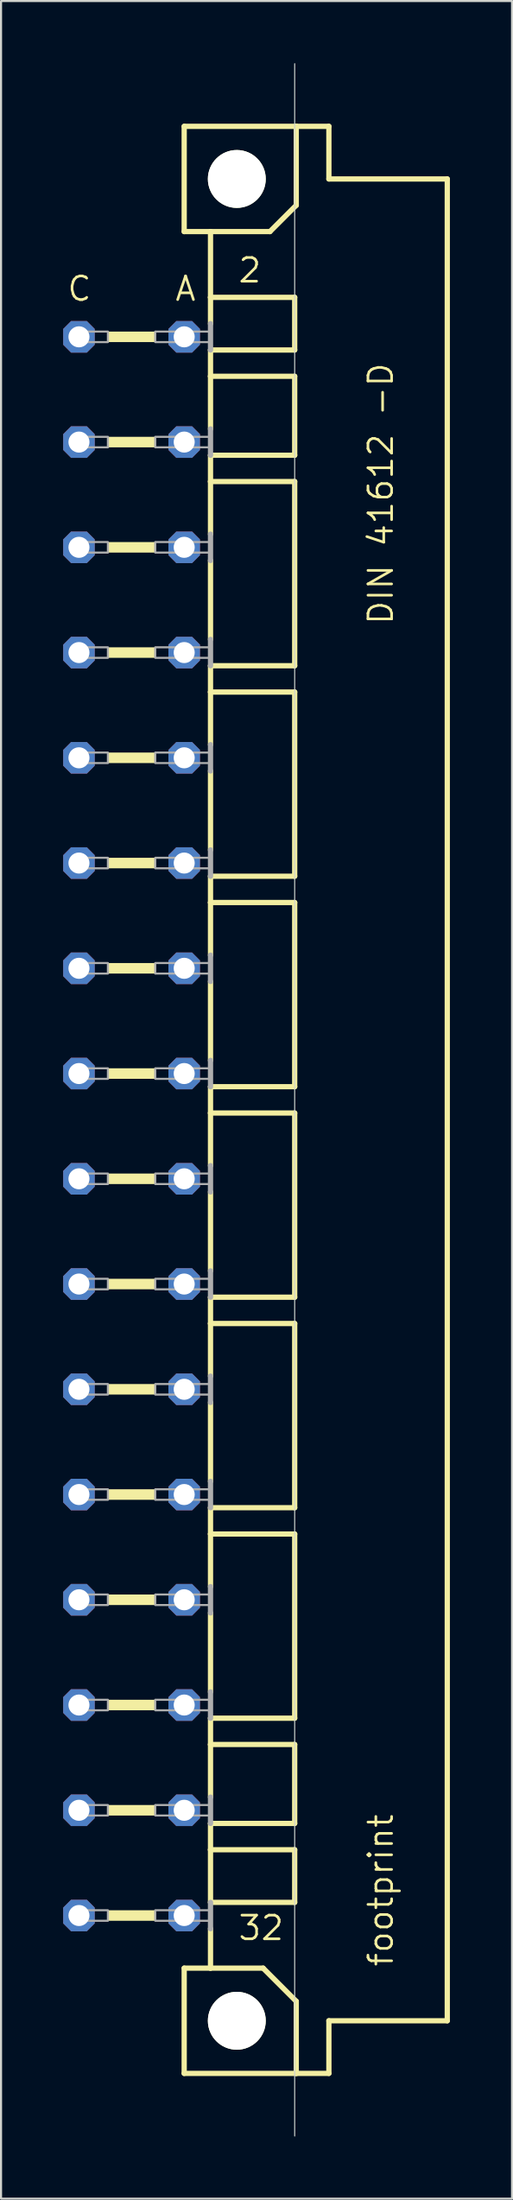
<source format=kicad_pcb>
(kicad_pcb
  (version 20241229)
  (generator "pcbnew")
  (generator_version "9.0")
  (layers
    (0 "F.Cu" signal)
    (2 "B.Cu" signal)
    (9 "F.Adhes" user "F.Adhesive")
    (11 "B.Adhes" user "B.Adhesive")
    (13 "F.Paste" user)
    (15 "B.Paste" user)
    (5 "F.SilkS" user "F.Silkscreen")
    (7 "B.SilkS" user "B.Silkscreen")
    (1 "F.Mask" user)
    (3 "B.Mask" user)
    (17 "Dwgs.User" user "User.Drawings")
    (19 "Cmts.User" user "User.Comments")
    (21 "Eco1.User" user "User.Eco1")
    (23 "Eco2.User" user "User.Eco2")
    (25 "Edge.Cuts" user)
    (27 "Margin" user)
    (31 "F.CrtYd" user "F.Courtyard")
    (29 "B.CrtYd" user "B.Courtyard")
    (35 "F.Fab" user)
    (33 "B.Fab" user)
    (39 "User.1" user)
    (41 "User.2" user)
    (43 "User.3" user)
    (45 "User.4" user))
  (footprint "footprint"
    (layer "F.Cu")
    (at 8.382 50.038)
    (property "Reference" "footprint" (at 7.62 41.91 90) (layer "F.SilkS") (effects (font (size 1.143 1.143) (thickness 0.127)) (justify left bottom)))
    (fp_line (start -2.54 -46.99) (end -2.54 -41.91) (stroke (width 0.254) (type solid)) (layer "F.SilkS"))
    (fp_line (start -2.54 -41.91) (end -1.27 -41.91) (stroke (width 0.254) (type solid)) (layer "F.SilkS"))
    (fp_line (start -2.54 41.91) (end -2.54 46.99) (stroke (width 0.254) (type solid)) (layer "F.SilkS"))
    (fp_line (start -2.54 41.91) (end -1.27 41.91) (stroke (width 0.254) (type solid)) (layer "F.SilkS"))
    (fp_line (start -2.54 46.99) (end 2.87 46.99) (stroke (width 0.254) (type solid)) (layer "F.SilkS"))
    (fp_line (start -1.27 -41.91) (end -1.27 -38.735) (stroke (width 0.254) (type solid)) (layer "F.SilkS"))
    (fp_line (start -1.27 -41.91) (end 1.6 -41.91) (stroke (width 0.254) (type solid)) (layer "F.SilkS"))
    (fp_line (start -1.27 -38.735) (end -1.27 -37.465) (stroke (width 0.254) (type solid)) (layer "F.SilkS"))
    (fp_line (start -1.27 -36.195) (end -1.27 -34.925) (stroke (width 0.254) (type solid)) (layer "F.SilkS"))
    (fp_line (start -1.27 -32.385) (end -1.27 -34.925) (stroke (width 0.254) (type solid)) (layer "F.SilkS"))
    (fp_line (start -1.27 -31.115) (end -1.27 -29.845) (stroke (width 0.254) (type solid)) (layer "F.SilkS"))
    (fp_line (start -1.27 -29.845) (end -1.27 -27.305) (stroke (width 0.254) (type solid)) (layer "F.SilkS"))
    (fp_line (start -1.27 -26.035) (end -1.27 -22.225) (stroke (width 0.254) (type solid)) (layer "F.SilkS"))
    (fp_line (start -1.27 -20.955) (end -1.27 -19.685) (stroke (width 0.254) (type solid)) (layer "F.SilkS"))
    (fp_line (start -1.27 -17.145) (end -1.27 -19.685) (stroke (width 0.254) (type solid)) (layer "F.SilkS"))
    (fp_line (start -1.27 -12.065) (end -1.27 -15.875) (stroke (width 0.254) (type solid)) (layer "F.SilkS"))
    (fp_line (start -1.27 -10.795) (end -1.27 -9.525) (stroke (width 0.254) (type solid)) (layer "F.SilkS"))
    (fp_line (start -1.27 -6.985) (end -1.27 -9.525) (stroke (width 0.254) (type solid)) (layer "F.SilkS"))
    (fp_line (start -1.27 -1.905) (end -1.27 -5.715) (stroke (width 0.254) (type solid)) (layer "F.SilkS"))
    (fp_line (start -1.27 -0.635) (end -1.27 0.635) (stroke (width 0.254) (type solid)) (layer "F.SilkS"))
    (fp_line (start -1.27 3.175) (end -1.27 0.635) (stroke (width 0.254) (type solid)) (layer "F.SilkS"))
    (fp_line (start -1.27 8.255) (end -1.27 4.445) (stroke (width 0.254) (type solid)) (layer "F.SilkS"))
    (fp_line (start -1.27 9.525) (end -1.27 10.795) (stroke (width 0.254) (type solid)) (layer "F.SilkS"))
    (fp_line (start -1.27 13.335) (end -1.27 10.795) (stroke (width 0.254) (type solid)) (layer "F.SilkS"))
    (fp_line (start -1.27 18.415) (end -1.27 14.605) (stroke (width 0.254) (type solid)) (layer "F.SilkS"))
    (fp_line (start -1.27 19.685) (end -1.27 20.955) (stroke (width 0.254) (type solid)) (layer "F.SilkS"))
    (fp_line (start -1.27 20.955) (end -1.27 23.495) (stroke (width 0.254) (type solid)) (layer "F.SilkS"))
    (fp_line (start -1.27 24.765) (end -1.27 28.575) (stroke (width 0.254) (type solid)) (layer "F.SilkS"))
    (fp_line (start -1.27 29.845) (end -1.27 31.115) (stroke (width 0.254) (type solid)) (layer "F.SilkS"))
    (fp_line (start -1.27 33.655) (end -1.27 31.115) (stroke (width 0.254) (type solid)) (layer "F.SilkS"))
    (fp_line (start -1.27 34.925) (end -1.27 36.195) (stroke (width 0.254) (type solid)) (layer "F.SilkS"))
    (fp_line (start -1.27 36.195) (end -1.27 38.735) (stroke (width 0.254) (type solid)) (layer "F.SilkS"))
    (fp_line (start -1.27 40.005) (end -1.27 41.91) (stroke (width 0.254) (type solid)) (layer "F.SilkS"))
    (fp_line (start -1.27 41.91) (end 1.27 41.91) (stroke (width 0.254) (type solid)) (layer "F.SilkS"))
    (fp_line (start 1.6 -41.91) (end 2.87 -43.18) (stroke (width 0.254) (type solid)) (layer "F.SilkS"))
    (fp_line (start 2.794 -38.735) (end -1.27 -38.735) (stroke (width 0.254) (type solid)) (layer "F.SilkS"))
    (fp_line (start 2.794 -38.735) (end 2.794 -36.195) (stroke (width 0.254) (type solid)) (layer "F.SilkS"))
    (fp_line (start 2.794 -36.195) (end -1.27 -36.195) (stroke (width 0.254) (type solid)) (layer "F.SilkS"))
    (fp_line (start 2.794 -34.925) (end -1.27 -34.925) (stroke (width 0.254) (type solid)) (layer "F.SilkS"))
    (fp_line (start 2.794 -34.925) (end 2.794 -31.115) (stroke (width 0.254) (type solid)) (layer "F.SilkS"))
    (fp_line (start 2.794 -31.115) (end -1.27 -31.115) (stroke (width 0.254) (type solid)) (layer "F.SilkS"))
    (fp_line (start 2.794 -29.845) (end -1.27 -29.845) (stroke (width 0.254) (type solid)) (layer "F.SilkS"))
    (fp_line (start 2.794 -29.845) (end 2.794 -20.955) (stroke (width 0.254) (type solid)) (layer "F.SilkS"))
    (fp_line (start 2.794 -20.955) (end -1.27 -20.955) (stroke (width 0.254) (type solid)) (layer "F.SilkS"))
    (fp_line (start 2.794 -19.685) (end -1.27 -19.685) (stroke (width 0.254) (type solid)) (layer "F.SilkS"))
    (fp_line (start 2.794 -19.685) (end 2.794 -10.795) (stroke (width 0.254) (type solid)) (layer "F.SilkS"))
    (fp_line (start 2.794 -10.795) (end -1.27 -10.795) (stroke (width 0.254) (type solid)) (layer "F.SilkS"))
    (fp_line (start 2.794 -9.525) (end -1.27 -9.525) (stroke (width 0.254) (type solid)) (layer "F.SilkS"))
    (fp_line (start 2.794 -9.525) (end 2.794 -0.635) (stroke (width 0.254) (type solid)) (layer "F.SilkS"))
    (fp_line (start 2.794 -0.635) (end -1.27 -0.635) (stroke (width 0.254) (type solid)) (layer "F.SilkS"))
    (fp_line (start 2.794 0.635) (end -1.27 0.635) (stroke (width 0.254) (type solid)) (layer "F.SilkS"))
    (fp_line (start 2.794 0.635) (end 2.794 9.525) (stroke (width 0.254) (type solid)) (layer "F.SilkS"))
    (fp_line (start 2.794 9.525) (end -1.27 9.525) (stroke (width 0.254) (type solid)) (layer "F.SilkS"))
    (fp_line (start 2.794 10.795) (end -1.27 10.795) (stroke (width 0.254) (type solid)) (layer "F.SilkS"))
    (fp_line (start 2.794 10.795) (end 2.794 19.685) (stroke (width 0.254) (type solid)) (layer "F.SilkS"))
    (fp_line (start 2.794 19.685) (end -1.27 19.685) (stroke (width 0.254) (type solid)) (layer "F.SilkS"))
    (fp_line (start 2.794 20.955) (end -1.27 20.955) (stroke (width 0.254) (type solid)) (layer "F.SilkS"))
    (fp_line (start 2.794 20.955) (end 2.794 29.845) (stroke (width 0.254) (type solid)) (layer "F.SilkS"))
    (fp_line (start 2.794 29.845) (end -1.27 29.845) (stroke (width 0.254) (type solid)) (layer "F.SilkS"))
    (fp_line (start 2.794 31.115) (end -1.27 31.115) (stroke (width 0.254) (type solid)) (layer "F.SilkS"))
    (fp_line (start 2.794 31.115) (end 2.794 34.925) (stroke (width 0.254) (type solid)) (layer "F.SilkS"))
    (fp_line (start 2.794 34.925) (end -1.27 34.925) (stroke (width 0.254) (type solid)) (layer "F.SilkS"))
    (fp_line (start 2.794 36.195) (end -1.27 36.195) (stroke (width 0.254) (type solid)) (layer "F.SilkS"))
    (fp_line (start 2.794 36.195) (end 2.794 38.735) (stroke (width 0.254) (type solid)) (layer "F.SilkS"))
    (fp_line (start 2.794 38.735) (end -1.27 38.735) (stroke (width 0.254) (type solid)) (layer "F.SilkS"))
    (fp_line (start 2.87 -46.99) (end -2.54 -46.99) (stroke (width 0.254) (type solid)) (layer "F.SilkS"))
    (fp_line (start 2.87 -43.18) (end 2.87 -46.99) (stroke (width 0.254) (type solid)) (layer "F.SilkS"))
    (fp_line (start 2.87 43.51) (end 1.27 41.91) (stroke (width 0.254) (type solid)) (layer "F.SilkS"))
    (fp_line (start 2.87 43.51) (end 2.87 46.99) (stroke (width 0.254) (type solid)) (layer "F.SilkS"))
    (fp_line (start 2.87 46.99) (end 4.445 46.99) (stroke (width 0.254) (type solid)) (layer "F.SilkS"))
    (fp_line (start 4.445 -46.99) (end 2.87 -46.99) (stroke (width 0.254) (type solid)) (layer "F.SilkS"))
    (fp_line (start 4.445 -44.45) (end 4.445 -46.99) (stroke (width 0.254) (type solid)) (layer "F.SilkS"))
    (fp_line (start 4.445 44.45) (end 10.16 44.45) (stroke (width 0.254) (type solid)) (layer "F.SilkS"))
    (fp_line (start 4.445 46.99) (end 4.445 44.45) (stroke (width 0.254) (type solid)) (layer "F.SilkS"))
    (fp_line (start 10.16 -44.45) (end 4.445 -44.45) (stroke (width 0.254) (type solid)) (layer "F.SilkS"))
    (fp_line (start 10.16 44.45) (end 10.16 -44.45) (stroke (width 0.254) (type solid)) (layer "F.SilkS"))
    (fp_circle (center 0 -44.45) (end 1.27 -44.45) (stroke (width 0.254) (type solid)) (fill no) (layer "F.SilkS"))
    (fp_circle (center 0 44.45) (end 1.27 44.45) (stroke (width 0.254) (type solid)) (fill no) (layer "F.SilkS"))
    (fp_poly (pts (xy -6.223 -36.576) (xy -3.937 -36.576) (xy -3.937 -37.084) (xy -6.223 -37.084)) (stroke (width 0) (type solid)) (fill yes) (layer "F.SilkS"))
    (fp_poly (pts (xy -6.223 -31.496) (xy -3.937 -31.496) (xy -3.937 -32.004) (xy -6.223 -32.004)) (stroke (width 0) (type solid)) (fill yes) (layer "F.SilkS"))
    (fp_poly (pts (xy -6.223 -26.416) (xy -3.937 -26.416) (xy -3.937 -26.924) (xy -6.223 -26.924)) (stroke (width 0) (type solid)) (fill yes) (layer "F.SilkS"))
    (fp_poly (pts (xy -6.223 -21.336) (xy -3.937 -21.336) (xy -3.937 -21.844) (xy -6.223 -21.844)) (stroke (width 0) (type solid)) (fill yes) (layer "F.SilkS"))
    (fp_poly (pts (xy -6.223 -16.256) (xy -3.937 -16.256) (xy -3.937 -16.764) (xy -6.223 -16.764)) (stroke (width 0) (type solid)) (fill yes) (layer "F.SilkS"))
    (fp_poly (pts (xy -6.223 -11.176) (xy -3.937 -11.176) (xy -3.937 -11.684) (xy -6.223 -11.684)) (stroke (width 0) (type solid)) (fill yes) (layer "F.SilkS"))
    (fp_poly (pts (xy -6.223 -6.096) (xy -3.937 -6.096) (xy -3.937 -6.604) (xy -6.223 -6.604)) (stroke (width 0) (type solid)) (fill yes) (layer "F.SilkS"))
    (fp_poly (pts (xy -6.223 -1.016) (xy -3.937 -1.016) (xy -3.937 -1.524) (xy -6.223 -1.524)) (stroke (width 0) (type solid)) (fill yes) (layer "F.SilkS"))
    (fp_poly (pts (xy -6.223 4.064) (xy -3.937 4.064) (xy -3.937 3.556) (xy -6.223 3.556)) (stroke (width 0) (type solid)) (fill yes) (layer "F.SilkS"))
    (fp_poly (pts (xy -6.223 9.144) (xy -3.937 9.144) (xy -3.937 8.636) (xy -6.223 8.636)) (stroke (width 0) (type solid)) (fill yes) (layer "F.SilkS"))
    (fp_poly (pts (xy -6.223 14.224) (xy -3.937 14.224) (xy -3.937 13.716) (xy -6.223 13.716)) (stroke (width 0) (type solid)) (fill yes) (layer "F.SilkS"))
    (fp_poly (pts (xy -6.223 19.304) (xy -3.937 19.304) (xy -3.937 18.796) (xy -6.223 18.796)) (stroke (width 0) (type solid)) (fill yes) (layer "F.SilkS"))
    (fp_poly (pts (xy -6.223 24.384) (xy -3.937 24.384) (xy -3.937 23.876) (xy -6.223 23.876)) (stroke (width 0) (type solid)) (fill yes) (layer "F.SilkS"))
    (fp_poly (pts (xy -6.223 29.464) (xy -3.937 29.464) (xy -3.937 28.956) (xy -6.223 28.956)) (stroke (width 0) (type solid)) (fill yes) (layer "F.SilkS"))
    (fp_poly (pts (xy -6.223 34.544) (xy -3.937 34.544) (xy -3.937 34.036) (xy -6.223 34.036)) (stroke (width 0) (type solid)) (fill yes) (layer "F.SilkS"))
    (fp_poly (pts (xy -6.223 39.624) (xy -3.937 39.624) (xy -3.937 39.116) (xy -6.223 39.116)) (stroke (width 0) (type solid)) (fill yes) (layer "F.SilkS"))
    (fp_line (start 2.794 50.013) (end 2.794 -50.013) (stroke (width 0.05) (type solid)) (layer "Edge.Cuts"))
    (fp_line (start -1.27 -36.195) (end -1.27 -37.465) (stroke (width 0.254) (type solid)) (layer "F.Fab"))
    (fp_line (start -1.27 -32.385) (end -1.27 -31.115) (stroke (width 0.254) (type solid)) (layer "F.Fab"))
    (fp_line (start -1.27 -26.035) (end -1.27 -27.305) (stroke (width 0.254) (type solid)) (layer "F.Fab"))
    (fp_line (start -1.27 -20.955) (end -1.27 -22.225) (stroke (width 0.254) (type solid)) (layer "F.Fab"))
    (fp_line (start -1.27 -15.875) (end -1.27 -17.145) (stroke (width 0.254) (type solid)) (layer "F.Fab"))
    (fp_line (start -1.27 -10.795) (end -1.27 -12.065) (stroke (width 0.254) (type solid)) (layer "F.Fab"))
    (fp_line (start -1.27 -5.715) (end -1.27 -6.985) (stroke (width 0.254) (type solid)) (layer "F.Fab"))
    (fp_line (start -1.27 -0.635) (end -1.27 -1.905) (stroke (width 0.254) (type solid)) (layer "F.Fab"))
    (fp_line (start -1.27 4.445) (end -1.27 3.175) (stroke (width 0.254) (type solid)) (layer "F.Fab"))
    (fp_line (start -1.27 9.525) (end -1.27 8.255) (stroke (width 0.254) (type solid)) (layer "F.Fab"))
    (fp_line (start -1.27 14.605) (end -1.27 13.335) (stroke (width 0.254) (type solid)) (layer "F.Fab"))
    (fp_line (start -1.27 19.685) (end -1.27 18.415) (stroke (width 0.254) (type solid)) (layer "F.Fab"))
    (fp_line (start -1.27 24.765) (end -1.27 23.495) (stroke (width 0.254) (type solid)) (layer "F.Fab"))
    (fp_line (start -1.27 29.845) (end -1.27 28.575) (stroke (width 0.254) (type solid)) (layer "F.Fab"))
    (fp_line (start -1.27 34.925) (end -1.27 33.655) (stroke (width 0.254) (type solid)) (layer "F.Fab"))
    (fp_line (start -1.27 40.005) (end -1.27 38.735) (stroke (width 0.254) (type solid)) (layer "F.Fab"))
    (fp_poly (pts (xy -7.874 -36.576) (xy -6.223 -36.576) (xy -6.223 -37.084) (xy -7.874 -37.084)) (stroke (width 0.1) (type solid)) (fill no) (layer "F.Fab"))
    (fp_poly (pts (xy -7.874 -31.496) (xy -6.223 -31.496) (xy -6.223 -32.004) (xy -7.874 -32.004)) (stroke (width 0.1) (type solid)) (fill no) (layer "F.Fab"))
    (fp_poly (pts (xy -7.874 -26.416) (xy -6.223 -26.416) (xy -6.223 -26.924) (xy -7.874 -26.924)) (stroke (width 0.1) (type solid)) (fill no) (layer "F.Fab"))
    (fp_poly (pts (xy -7.874 -21.336) (xy -6.223 -21.336) (xy -6.223 -21.844) (xy -7.874 -21.844)) (stroke (width 0.1) (type solid)) (fill no) (layer "F.Fab"))
    (fp_poly (pts (xy -7.874 -16.256) (xy -6.223 -16.256) (xy -6.223 -16.764) (xy -7.874 -16.764)) (stroke (width 0.1) (type solid)) (fill no) (layer "F.Fab"))
    (fp_poly (pts (xy -7.874 -11.176) (xy -6.223 -11.176) (xy -6.223 -11.684) (xy -7.874 -11.684)) (stroke (width 0.1) (type solid)) (fill no) (layer "F.Fab"))
    (fp_poly (pts (xy -7.874 -6.096) (xy -6.223 -6.096) (xy -6.223 -6.604) (xy -7.874 -6.604)) (stroke (width 0.1) (type solid)) (fill no) (layer "F.Fab"))
    (fp_poly (pts (xy -7.874 -1.016) (xy -6.223 -1.016) (xy -6.223 -1.524) (xy -7.874 -1.524)) (stroke (width 0.1) (type solid)) (fill no) (layer "F.Fab"))
    (fp_poly (pts (xy -7.874 4.064) (xy -6.223 4.064) (xy -6.223 3.556) (xy -7.874 3.556)) (stroke (width 0.1) (type solid)) (fill no) (layer "F.Fab"))
    (fp_poly (pts (xy -7.874 9.144) (xy -6.223 9.144) (xy -6.223 8.636) (xy -7.874 8.636)) (stroke (width 0.1) (type solid)) (fill no) (layer "F.Fab"))
    (fp_poly (pts (xy -7.874 14.224) (xy -6.223 14.224) (xy -6.223 13.716) (xy -7.874 13.716)) (stroke (width 0.1) (type solid)) (fill no) (layer "F.Fab"))
    (fp_poly (pts (xy -7.874 19.304) (xy -6.223 19.304) (xy -6.223 18.796) (xy -7.874 18.796)) (stroke (width 0.1) (type solid)) (fill no) (layer "F.Fab"))
    (fp_poly (pts (xy -7.874 24.384) (xy -6.223 24.384) (xy -6.223 23.876) (xy -7.874 23.876)) (stroke (width 0.1) (type solid)) (fill no) (layer "F.Fab"))
    (fp_poly (pts (xy -7.874 29.464) (xy -6.223 29.464) (xy -6.223 28.956) (xy -7.874 28.956)) (stroke (width 0.1) (type solid)) (fill no) (layer "F.Fab"))
    (fp_poly (pts (xy -7.874 34.544) (xy -6.223 34.544) (xy -6.223 34.036) (xy -7.874 34.036)) (stroke (width 0.1) (type solid)) (fill no) (layer "F.Fab"))
    (fp_poly (pts (xy -7.874 39.624) (xy -6.223 39.624) (xy -6.223 39.116) (xy -7.874 39.116)) (stroke (width 0.1) (type solid)) (fill no) (layer "F.Fab"))
    (fp_poly (pts (xy -3.937 -36.576) (xy -1.27 -36.576) (xy -1.27 -37.084) (xy -3.937 -37.084)) (stroke (width 0.1) (type solid)) (fill no) (layer "F.Fab"))
    (fp_poly (pts (xy -3.937 -31.496) (xy -1.27 -31.496) (xy -1.27 -32.004) (xy -3.937 -32.004)) (stroke (width 0.1) (type solid)) (fill no) (layer "F.Fab"))
    (fp_poly (pts (xy -3.937 -26.416) (xy -1.27 -26.416) (xy -1.27 -26.924) (xy -3.937 -26.924)) (stroke (width 0.1) (type solid)) (fill no) (layer "F.Fab"))
    (fp_poly (pts (xy -3.937 -21.336) (xy -1.27 -21.336) (xy -1.27 -21.844) (xy -3.937 -21.844)) (stroke (width 0.1) (type solid)) (fill no) (layer "F.Fab"))
    (fp_poly (pts (xy -3.937 -16.256) (xy -1.27 -16.256) (xy -1.27 -16.764) (xy -3.937 -16.764)) (stroke (width 0.1) (type solid)) (fill no) (layer "F.Fab"))
    (fp_poly (pts (xy -3.937 -11.176) (xy -1.27 -11.176) (xy -1.27 -11.684) (xy -3.937 -11.684)) (stroke (width 0.1) (type solid)) (fill no) (layer "F.Fab"))
    (fp_poly (pts (xy -3.937 -6.096) (xy -1.27 -6.096) (xy -1.27 -6.604) (xy -3.937 -6.604)) (stroke (width 0.1) (type solid)) (fill no) (layer "F.Fab"))
    (fp_poly (pts (xy -3.937 -1.016) (xy -1.27 -1.016) (xy -1.27 -1.524) (xy -3.937 -1.524)) (stroke (width 0.1) (type solid)) (fill no) (layer "F.Fab"))
    (fp_poly (pts (xy -3.937 4.064) (xy -1.27 4.064) (xy -1.27 3.556) (xy -3.937 3.556)) (stroke (width 0.1) (type solid)) (fill no) (layer "F.Fab"))
    (fp_poly (pts (xy -3.937 9.144) (xy -1.27 9.144) (xy -1.27 8.636) (xy -3.937 8.636)) (stroke (width 0.1) (type solid)) (fill no) (layer "F.Fab"))
    (fp_poly (pts (xy -3.937 14.224) (xy -1.27 14.224) (xy -1.27 13.716) (xy -3.937 13.716)) (stroke (width 0.1) (type solid)) (fill no) (layer "F.Fab"))
    (fp_poly (pts (xy -3.937 19.304) (xy -1.27 19.304) (xy -1.27 18.796) (xy -3.937 18.796)) (stroke (width 0.1) (type solid)) (fill no) (layer "F.Fab"))
    (fp_poly (pts (xy -3.937 24.384) (xy -1.27 24.384) (xy -1.27 23.876) (xy -3.937 23.876)) (stroke (width 0.1) (type solid)) (fill no) (layer "F.Fab"))
    (fp_poly (pts (xy -3.937 29.464) (xy -1.27 29.464) (xy -1.27 28.956) (xy -3.937 28.956)) (stroke (width 0.1) (type solid)) (fill no) (layer "F.Fab"))
    (fp_poly (pts (xy -3.937 34.544) (xy -1.27 34.544) (xy -1.27 34.036) (xy -3.937 34.036)) (stroke (width 0.1) (type solid)) (fill no) (layer "F.Fab"))
    (fp_poly (pts (xy -3.937 39.624) (xy -1.27 39.624) (xy -1.27 39.116) (xy -3.937 39.116)) (stroke (width 0.1) (type solid)) (fill no) (layer "F.Fab"))
    (fp_text user "DIN 41612 -D" (at 7.62 -22.86 90) (layer "F.SilkS") (effects (font (size 1.143 1.143) (thickness 0.127)) (justify left bottom)))
    (fp_text user "2" (at 0 -39.37 0) (layer "F.SilkS") (effects (font (size 1.143 1.143) (thickness 0.127)) (justify left bottom)))
    (fp_text user "A" (at -3.048 -38.481 0) (layer "F.SilkS") (effects (font (size 1.143 1.143) (thickness 0.127)) (justify left bottom)))
    (fp_text user "C" (at -8.255 -38.481 0) (layer "F.SilkS") (effects (font (size 1.143 1.143) (thickness 0.127)) (justify left bottom)))
    (fp_text user "32" (at 0 40.64 0) (layer "F.SilkS") (effects (font (size 1.143 1.143) (thickness 0.127)) (justify left bottom)))
    (pad "" np_thru_hole circle (at 0 -44.45) (size 2.794 2.794) (drill 2.794) (layers "*.Cu" "*.Mask"))
    (pad "" np_thru_hole circle (at 0 44.45) (size 2.794 2.794) (drill 2.794) (layers "*.Cu" "*.Mask"))
    (pad "A2" thru_hole roundrect (at -2.54 -36.83) (size 1.524 1.524) (drill 1.016) (layers "*.Cu" "*.Mask") (roundrect_rratio 0.25) (chamfer_ratio 0.25) (chamfer top_left top_right bottom_left bottom_right))
    (pad "A4" thru_hole roundrect (at -2.54 -31.75) (size 1.524 1.524) (drill 1.016) (layers "*.Cu" "*.Mask") (roundrect_rratio 0.25) (chamfer_ratio 0.25) (chamfer top_left top_right bottom_left bottom_right))
    (pad "A6" thru_hole roundrect (at -2.54 -26.67) (size 1.524 1.524) (drill 1.016) (layers "*.Cu" "*.Mask") (roundrect_rratio 0.25) (chamfer_ratio 0.25) (chamfer top_left top_right bottom_left bottom_right))
    (pad "A8" thru_hole roundrect (at -2.54 -21.59) (size 1.524 1.524) (drill 1.016) (layers "*.Cu" "*.Mask") (roundrect_rratio 0.25) (chamfer_ratio 0.25) (chamfer top_left top_right bottom_left bottom_right))
    (pad "A10" thru_hole roundrect (at -2.54 -16.51) (size 1.524 1.524) (drill 1.016) (layers "*.Cu" "*.Mask") (roundrect_rratio 0.25) (chamfer_ratio 0.25) (chamfer top_left top_right bottom_left bottom_right))
    (pad "A12" thru_hole roundrect (at -2.54 -11.43) (size 1.524 1.524) (drill 1.016) (layers "*.Cu" "*.Mask") (roundrect_rratio 0.25) (chamfer_ratio 0.25) (chamfer top_left top_right bottom_left bottom_right))
    (pad "A14" thru_hole roundrect (at -2.54 -6.35) (size 1.524 1.524) (drill 1.016) (layers "*.Cu" "*.Mask") (roundrect_rratio 0.25) (chamfer_ratio 0.25) (chamfer top_left top_right bottom_left bottom_right))
    (pad "A16" thru_hole roundrect (at -2.54 -1.27) (size 1.524 1.524) (drill 1.016) (layers "*.Cu" "*.Mask") (roundrect_rratio 0.25) (chamfer_ratio 0.25) (chamfer top_left top_right bottom_left bottom_right))
    (pad "A18" thru_hole roundrect (at -2.54 3.81) (size 1.524 1.524) (drill 1.016) (layers "*.Cu" "*.Mask") (roundrect_rratio 0.25) (chamfer_ratio 0.25) (chamfer top_left top_right bottom_left bottom_right))
    (pad "A20" thru_hole roundrect (at -2.54 8.89) (size 1.524 1.524) (drill 1.016) (layers "*.Cu" "*.Mask") (roundrect_rratio 0.25) (chamfer_ratio 0.25) (chamfer top_left top_right bottom_left bottom_right))
    (pad "A22" thru_hole roundrect (at -2.54 13.97) (size 1.524 1.524) (drill 1.016) (layers "*.Cu" "*.Mask") (roundrect_rratio 0.25) (chamfer_ratio 0.25) (chamfer top_left top_right bottom_left bottom_right))
    (pad "A24" thru_hole roundrect (at -2.54 19.05) (size 1.524 1.524) (drill 1.016) (layers "*.Cu" "*.Mask") (roundrect_rratio 0.25) (chamfer_ratio 0.25) (chamfer top_left top_right bottom_left bottom_right))
    (pad "A26" thru_hole roundrect (at -2.54 24.13) (size 1.524 1.524) (drill 1.016) (layers "*.Cu" "*.Mask") (roundrect_rratio 0.25) (chamfer_ratio 0.25) (chamfer top_left top_right bottom_left bottom_right))
    (pad "A28" thru_hole roundrect (at -2.54 29.21) (size 1.524 1.524) (drill 1.016) (layers "*.Cu" "*.Mask") (roundrect_rratio 0.25) (chamfer_ratio 0.25) (chamfer top_left top_right bottom_left bottom_right))
    (pad "A30" thru_hole roundrect (at -2.54 34.29) (size 1.524 1.524) (drill 1.016) (layers "*.Cu" "*.Mask") (roundrect_rratio 0.25) (chamfer_ratio 0.25) (chamfer top_left top_right bottom_left bottom_right))
    (pad "A32" thru_hole roundrect (at -2.54 39.37) (size 1.524 1.524) (drill 1.016) (layers "*.Cu" "*.Mask") (roundrect_rratio 0.25) (chamfer_ratio 0.25) (chamfer top_left top_right bottom_left bottom_right))
    (pad "C2" thru_hole roundrect (at -7.62 -36.83) (size 1.524 1.524) (drill 1.016) (layers "*.Cu" "*.Mask") (roundrect_rratio 0.25) (chamfer_ratio 0.25) (chamfer top_left top_right bottom_left bottom_right))
    (pad "C4" thru_hole roundrect (at -7.62 -31.75) (size 1.524 1.524) (drill 1.016) (layers "*.Cu" "*.Mask") (roundrect_rratio 0.25) (chamfer_ratio 0.25) (chamfer top_left top_right bottom_left bottom_right))
    (pad "C6" thru_hole roundrect (at -7.62 -26.67) (size 1.524 1.524) (drill 1.016) (layers "*.Cu" "*.Mask") (roundrect_rratio 0.25) (chamfer_ratio 0.25) (chamfer top_left top_right bottom_left bottom_right))
    (pad "C8" thru_hole roundrect (at -7.62 -21.59) (size 1.524 1.524) (drill 1.016) (layers "*.Cu" "*.Mask") (roundrect_rratio 0.25) (chamfer_ratio 0.25) (chamfer top_left top_right bottom_left bottom_right))
    (pad "C10" thru_hole roundrect (at -7.62 -16.51) (size 1.524 1.524) (drill 1.016) (layers "*.Cu" "*.Mask") (roundrect_rratio 0.25) (chamfer_ratio 0.25) (chamfer top_left top_right bottom_left bottom_right))
    (pad "C12" thru_hole roundrect (at -7.62 -11.43) (size 1.524 1.524) (drill 1.016) (layers "*.Cu" "*.Mask") (roundrect_rratio 0.25) (chamfer_ratio 0.25) (chamfer top_left top_right bottom_left bottom_right))
    (pad "C14" thru_hole roundrect (at -7.62 -6.35) (size 1.524 1.524) (drill 1.016) (layers "*.Cu" "*.Mask") (roundrect_rratio 0.25) (chamfer_ratio 0.25) (chamfer top_left top_right bottom_left bottom_right))
    (pad "C16" thru_hole roundrect (at -7.62 -1.27) (size 1.524 1.524) (drill 1.016) (layers "*.Cu" "*.Mask") (roundrect_rratio 0.25) (chamfer_ratio 0.25) (chamfer top_left top_right bottom_left bottom_right))
    (pad "C18" thru_hole roundrect (at -7.62 3.81) (size 1.524 1.524) (drill 1.016) (layers "*.Cu" "*.Mask") (roundrect_rratio 0.25) (chamfer_ratio 0.25) (chamfer top_left top_right bottom_left bottom_right))
    (pad "C20" thru_hole roundrect (at -7.62 8.89) (size 1.524 1.524) (drill 1.016) (layers "*.Cu" "*.Mask") (roundrect_rratio 0.25) (chamfer_ratio 0.25) (chamfer top_left top_right bottom_left bottom_right))
    (pad "C22" thru_hole roundrect (at -7.62 13.97) (size 1.524 1.524) (drill 1.016) (layers "*.Cu" "*.Mask") (roundrect_rratio 0.25) (chamfer_ratio 0.25) (chamfer top_left top_right bottom_left bottom_right))
    (pad "C24" thru_hole roundrect (at -7.62 19.05) (size 1.524 1.524) (drill 1.016) (layers "*.Cu" "*.Mask") (roundrect_rratio 0.25) (chamfer_ratio 0.25) (chamfer top_left top_right bottom_left bottom_right))
    (pad "C26" thru_hole roundrect (at -7.62 24.13) (size 1.524 1.524) (drill 1.016) (layers "*.Cu" "*.Mask") (roundrect_rratio 0.25) (chamfer_ratio 0.25) (chamfer top_left top_right bottom_left bottom_right))
    (pad "C28" thru_hole roundrect (at -7.62 29.21) (size 1.524 1.524) (drill 1.016) (layers "*.Cu" "*.Mask") (roundrect_rratio 0.25) (chamfer_ratio 0.25) (chamfer top_left top_right bottom_left bottom_right))
    (pad "C30" thru_hole roundrect (at -7.62 34.29) (size 1.524 1.524) (drill 1.016) (layers "*.Cu" "*.Mask") (roundrect_rratio 0.25) (chamfer_ratio 0.25) (chamfer top_left top_right bottom_left bottom_right))
    (pad "C32" thru_hole roundrect (at -7.62 39.37) (size 1.524 1.524) (drill 1.016) (layers "*.Cu" "*.Mask") (roundrect_rratio 0.25) (chamfer_ratio 0.25) (chamfer top_left top_right bottom_left bottom_right))
    (zone (net_name "") (layers "F.Cu" "B.Cu") (hatch edge 0.508) (connect_pads) (min_thickness 0.254) (filled_areas_thickness no) (keepout (tracks allowed) (vias not_allowed) (pads allowed) (copperpour allowed) (footprints allowed)) (placement (enabled no)) (fill) (polygon (pts (xy 11.557 5.588) (xy 11.509 5.036) (xy 11.366 4.502) (xy 11.132 4) (xy 10.814 3.547) (xy 10.423 3.155) (xy 9.97 2.838) (xy 9.468 2.604) (xy 8.933 2.461) (xy 8.382 2.413) (xy 7.831 2.461) (xy 7.296 2.604) (xy 6.795 2.838) (xy 6.341 3.155) (xy 5.95 3.547) (xy 5.632 4) (xy 5.398 4.502) (xy 5.255 5.036) (xy 5.207 5.588) (xy 5.255 6.139) (xy 5.398 6.674) (xy 5.632 7.175) (xy 5.95 7.628) (xy 6.341 8.02) (xy 6.795 8.337) (xy 7.296 8.571) (xy 7.831 8.714) (xy 8.382 8.763) (xy 8.933 8.714) (xy 9.468 8.571) (xy 9.97 8.337) (xy 10.423 8.02) (xy 10.814 7.628) (xy 11.132 7.175) (xy 11.366 6.674) (xy 11.509 6.139))) (polygon (pts (xy 9.779 5.588) (xy 9.758 5.345) (xy 9.695 5.11) (xy 9.592 4.889) (xy 9.452 4.69) (xy 9.28 4.517) (xy 9.081 4.378) (xy 8.86 4.275) (xy 8.625 4.212) (xy 8.382 4.191) (xy 8.139 4.212) (xy 7.904 4.275) (xy 7.684 4.378) (xy 7.484 4.517) (xy 7.312 4.69) (xy 7.172 4.889) (xy 7.069 5.11) (xy 7.006 5.345) (xy 6.985 5.588) (xy 7.006 5.83) (xy 7.069 6.065) (xy 7.172 6.286) (xy 7.312 6.486) (xy 7.484 6.658) (xy 7.684 6.797) (xy 7.904 6.9) (xy 8.139 6.963) (xy 8.382 6.985) (xy 8.625 6.963) (xy 8.86 6.9) (xy 9.081 6.797) (xy 9.28 6.658) (xy 9.452 6.486) (xy 9.592 6.286) (xy 9.695 6.065) (xy 9.758 5.83))))
    (zone (net_name "") (layers "F.Cu" "B.Cu") (hatch edge 0.508) (connect_pads) (min_thickness 0.254) (filled_areas_thickness no) (keepout (tracks allowed) (vias not_allowed) (pads allowed) (copperpour allowed) (footprints allowed)) (placement (enabled no)) (fill) (polygon (pts (xy 11.557 94.488) (xy 11.509 93.936) (xy 11.366 93.402) (xy 11.132 92.9) (xy 10.814 92.447) (xy 10.423 92.055) (xy 9.97 91.738) (xy 9.468 91.504) (xy 8.933 91.361) (xy 8.382 91.313) (xy 7.831 91.361) (xy 7.296 91.504) (xy 6.795 91.738) (xy 6.341 92.055) (xy 5.95 92.447) (xy 5.632 92.9) (xy 5.398 93.402) (xy 5.255 93.936) (xy 5.207 94.488) (xy 5.255 95.039) (xy 5.398 95.574) (xy 5.632 96.075) (xy 5.95 96.528) (xy 6.341 96.92) (xy 6.795 97.237) (xy 7.296 97.471) (xy 7.831 97.614) (xy 8.382 97.663) (xy 8.933 97.614) (xy 9.468 97.471) (xy 9.97 97.237) (xy 10.423 96.92) (xy 10.814 96.528) (xy 11.132 96.075) (xy 11.366 95.574) (xy 11.509 95.039))) (polygon (pts (xy 9.779 94.488) (xy 9.758 94.245) (xy 9.695 94.01) (xy 9.592 93.789) (xy 9.452 93.59) (xy 9.28 93.417) (xy 9.081 93.278) (xy 8.86 93.175) (xy 8.625 93.112) (xy 8.382 93.091) (xy 8.139 93.112) (xy 7.904 93.175) (xy 7.684 93.278) (xy 7.484 93.417) (xy 7.312 93.59) (xy 7.172 93.789) (xy 7.069 94.01) (xy 7.006 94.245) (xy 6.985 94.488) (xy 7.006 94.73) (xy 7.069 94.965) (xy 7.172 95.186) (xy 7.312 95.386) (xy 7.484 95.558) (xy 7.684 95.697) (xy 7.904 95.8) (xy 8.139 95.863) (xy 8.382 95.885) (xy 8.625 95.863) (xy 8.86 95.8) (xy 9.081 95.697) (xy 9.28 95.558) (xy 9.452 95.386) (xy 9.592 95.186) (xy 9.695 94.965) (xy 9.758 94.73))))
    (zone (net_name "") (layer "B.Cu") (hatch edge 0.508) (connect_pads) (min_thickness 0.254) (filled_areas_thickness no) (keepout (tracks not_allowed) (vias not_allowed) (pads not_allowed) (copperpour not_allowed) (footprints allowed)) (placement (enabled no)) (fill) (polygon (pts (xy 11.557 5.588) (xy 11.509 5.036) (xy 11.366 4.502) (xy 11.132 4) (xy 10.814 3.547) (xy 10.423 3.155) (xy 9.97 2.838) (xy 9.468 2.604) (xy 8.933 2.461) (xy 8.382 2.413) (xy 7.831 2.461) (xy 7.296 2.604) (xy 6.795 2.838) (xy 6.341 3.155) (xy 5.95 3.547) (xy 5.632 4) (xy 5.398 4.502) (xy 5.255 5.036) (xy 5.207 5.588) (xy 5.255 6.139) (xy 5.398 6.674) (xy 5.632 7.175) (xy 5.95 7.628) (xy 6.341 8.02) (xy 6.795 8.337) (xy 7.296 8.571) (xy 7.831 8.714) (xy 8.382 8.763) (xy 8.933 8.714) (xy 9.468 8.571) (xy 9.97 8.337) (xy 10.423 8.02) (xy 10.814 7.628) (xy 11.132 7.175) (xy 11.366 6.674) (xy 11.509 6.139))) (polygon (pts (xy 9.779 5.588) (xy 9.758 5.345) (xy 9.695 5.11) (xy 9.592 4.889) (xy 9.452 4.69) (xy 9.28 4.517) (xy 9.081 4.378) (xy 8.86 4.275) (xy 8.625 4.212) (xy 8.382 4.191) (xy 8.139 4.212) (xy 7.904 4.275) (xy 7.684 4.378) (xy 7.484 4.517) (xy 7.312 4.69) (xy 7.172 4.889) (xy 7.069 5.11) (xy 7.006 5.345) (xy 6.985 5.588) (xy 7.006 5.83) (xy 7.069 6.065) (xy 7.172 6.286) (xy 7.312 6.486) (xy 7.484 6.658) (xy 7.684 6.797) (xy 7.904 6.9) (xy 8.139 6.963) (xy 8.382 6.985) (xy 8.625 6.963) (xy 8.86 6.9) (xy 9.081 6.797) (xy 9.28 6.658) (xy 9.452 6.486) (xy 9.592 6.286) (xy 9.695 6.065) (xy 9.758 5.83))))
    (zone (net_name "") (layer "B.Cu") (hatch edge 0.508) (connect_pads) (min_thickness 0.254) (filled_areas_thickness no) (keepout (tracks not_allowed) (vias not_allowed) (pads not_allowed) (copperpour not_allowed) (footprints allowed)) (placement (enabled no)) (fill) (polygon (pts (xy 11.557 94.488) (xy 11.509 93.936) (xy 11.366 93.402) (xy 11.132 92.9) (xy 10.814 92.447) (xy 10.423 92.055) (xy 9.97 91.738) (xy 9.468 91.504) (xy 8.933 91.361) (xy 8.382 91.313) (xy 7.831 91.361) (xy 7.296 91.504) (xy 6.795 91.738) (xy 6.341 92.055) (xy 5.95 92.447) (xy 5.632 92.9) (xy 5.398 93.402) (xy 5.255 93.936) (xy 5.207 94.488) (xy 5.255 95.039) (xy 5.398 95.574) (xy 5.632 96.075) (xy 5.95 96.528) (xy 6.341 96.92) (xy 6.795 97.237) (xy 7.296 97.471) (xy 7.831 97.614) (xy 8.382 97.663) (xy 8.933 97.614) (xy 9.468 97.471) (xy 9.97 97.237) (xy 10.423 96.92) (xy 10.814 96.528) (xy 11.132 96.075) (xy 11.366 95.574) (xy 11.509 95.039))) (polygon (pts (xy 9.779 94.488) (xy 9.758 94.245) (xy 9.695 94.01) (xy 9.592 93.789) (xy 9.452 93.59) (xy 9.28 93.417) (xy 9.081 93.278) (xy 8.86 93.175) (xy 8.625 93.112) (xy 8.382 93.091) (xy 8.139 93.112) (xy 7.904 93.175) (xy 7.684 93.278) (xy 7.484 93.417) (xy 7.312 93.59) (xy 7.172 93.789) (xy 7.069 94.01) (xy 7.006 94.245) (xy 6.985 94.488) (xy 7.006 94.73) (xy 7.069 94.965) (xy 7.172 95.186) (xy 7.312 95.386) (xy 7.484 95.558) (xy 7.684 95.697) (xy 7.904 95.8) (xy 8.139 95.863) (xy 8.382 95.885) (xy 8.625 95.863) (xy 8.86 95.8) (xy 9.081 95.697) (xy 9.28 95.558) (xy 9.452 95.386) (xy 9.592 95.186) (xy 9.695 94.965) (xy 9.758 94.73)))))
  (gr_rect
    (start -3 -3)
    (end 21.669 103.075)
    (stroke (width 0.1) (type default))
    (fill no)
    (layer "Edge.Cuts")))
</source>
